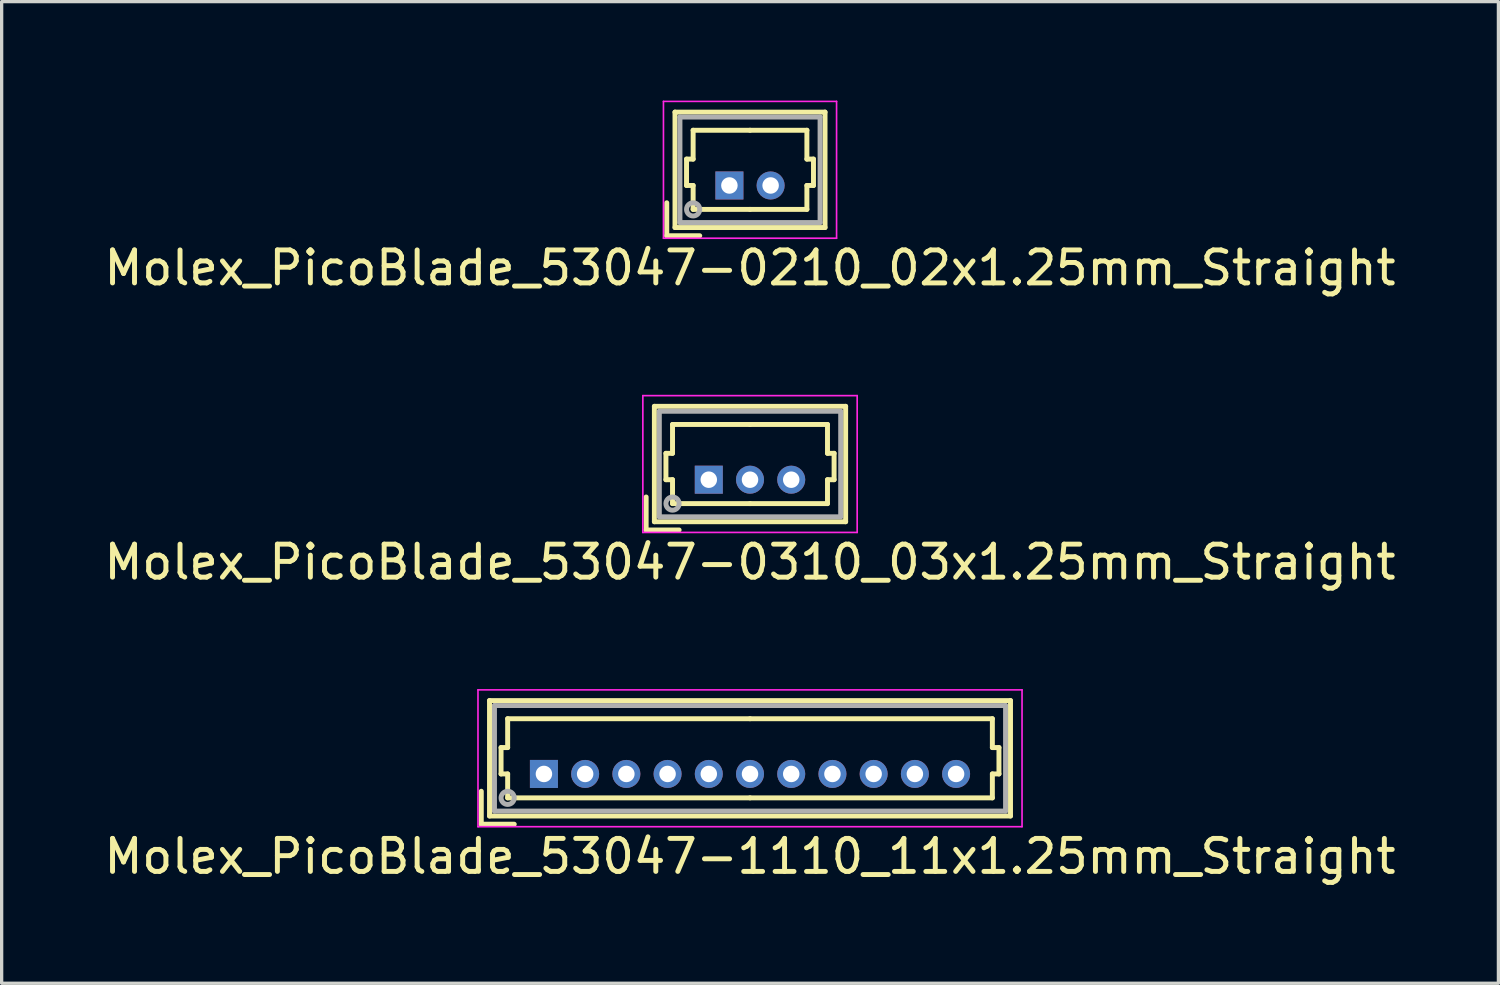
<source format=kicad_pcb>
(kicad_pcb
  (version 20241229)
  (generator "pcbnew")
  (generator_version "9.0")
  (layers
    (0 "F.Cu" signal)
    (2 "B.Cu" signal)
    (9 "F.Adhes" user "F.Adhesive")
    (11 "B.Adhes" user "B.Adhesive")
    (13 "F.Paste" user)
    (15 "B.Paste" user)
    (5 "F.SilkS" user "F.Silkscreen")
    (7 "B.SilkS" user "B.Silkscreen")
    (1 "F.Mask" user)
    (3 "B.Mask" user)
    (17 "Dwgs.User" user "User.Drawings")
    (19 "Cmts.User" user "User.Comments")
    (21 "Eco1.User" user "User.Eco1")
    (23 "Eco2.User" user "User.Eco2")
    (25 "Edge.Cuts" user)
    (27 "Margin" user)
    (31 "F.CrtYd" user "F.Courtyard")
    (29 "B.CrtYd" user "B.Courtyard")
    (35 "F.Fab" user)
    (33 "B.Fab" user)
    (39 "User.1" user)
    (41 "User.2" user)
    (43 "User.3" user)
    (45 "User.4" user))
  (footprint "Molex_PicoBlade_53047-0310_03x1.25mm_Straight"
    (layer "F.Cu")
    (at 18.446 11.498)
    (property "Reference" "Molex_PicoBlade_53047-0310_03x1.25mm_Straight" (at 1.25 2.5 0) (layer "F.SilkS") (effects (font (size 1 1) (thickness 0.15))))
    (attr through_hole)
    (fp_line (start -1.9 1.525) (end -1.9 0.525) (stroke (width 0.15) (type solid)) (layer "F.SilkS"))
    (fp_line (start -1.9 1.525) (end -0.9 1.525) (stroke (width 0.15) (type solid)) (layer "F.SilkS"))
    (fp_line (start -1.65 -2.225) (end -1.65 1.275) (stroke (width 0.15) (type solid)) (layer "F.SilkS"))
    (fp_line (start -1.65 1.275) (end 4.15 1.275) (stroke (width 0.15) (type solid)) (layer "F.SilkS"))
    (fp_line (start -1.3 -0.8) (end -1.1 -0.8) (stroke (width 0.15) (type solid)) (layer "F.SilkS"))
    (fp_line (start -1.3 0) (end -1.3 -0.8) (stroke (width 0.15) (type solid)) (layer "F.SilkS"))
    (fp_line (start -1.1 -1.675) (end 1.25 -1.675) (stroke (width 0.15) (type solid)) (layer "F.SilkS"))
    (fp_line (start -1.1 -0.8) (end -1.1 -1.675) (stroke (width 0.15) (type solid)) (layer "F.SilkS"))
    (fp_line (start -1.1 0) (end -1.3 0) (stroke (width 0.15) (type solid)) (layer "F.SilkS"))
    (fp_line (start -1.1 0.725) (end -1.1 0) (stroke (width 0.15) (type solid)) (layer "F.SilkS"))
    (fp_line (start 1.25 0.725) (end -1.1 0.725) (stroke (width 0.15) (type solid)) (layer "F.SilkS"))
    (fp_line (start 1.25 0.725) (end 3.6 0.725) (stroke (width 0.15) (type solid)) (layer "F.SilkS"))
    (fp_line (start 3.6 -1.675) (end 1.25 -1.675) (stroke (width 0.15) (type solid)) (layer "F.SilkS"))
    (fp_line (start 3.6 -0.8) (end 3.6 -1.675) (stroke (width 0.15) (type solid)) (layer "F.SilkS"))
    (fp_line (start 3.6 0) (end 3.8 0) (stroke (width 0.15) (type solid)) (layer "F.SilkS"))
    (fp_line (start 3.6 0.725) (end 3.6 0) (stroke (width 0.15) (type solid)) (layer "F.SilkS"))
    (fp_line (start 3.8 -0.8) (end 3.6 -0.8) (stroke (width 0.15) (type solid)) (layer "F.SilkS"))
    (fp_line (start 3.8 0) (end 3.8 -0.8) (stroke (width 0.15) (type solid)) (layer "F.SilkS"))
    (fp_line (start 4.15 -2.225) (end -1.65 -2.225) (stroke (width 0.15) (type solid)) (layer "F.SilkS"))
    (fp_line (start 4.15 1.275) (end 4.15 -2.225) (stroke (width 0.15) (type solid)) (layer "F.SilkS"))
    (fp_line (start -2 -2.55) (end -2 1.6) (stroke (width 0.05) (type solid)) (layer "F.CrtYd"))
    (fp_line (start -2 1.6) (end 4.5 1.6) (stroke (width 0.05) (type solid)) (layer "F.CrtYd"))
    (fp_line (start 4.5 -2.55) (end -2 -2.55) (stroke (width 0.05) (type solid)) (layer "F.CrtYd"))
    (fp_line (start 4.5 1.6) (end 4.5 -2.55) (stroke (width 0.05) (type solid)) (layer "F.CrtYd"))
    (fp_line (start -1.5 -2.075) (end -1.5 1.125) (stroke (width 0.15) (type solid)) (layer "F.Fab"))
    (fp_line (start -1.5 1.125) (end 4 1.125) (stroke (width 0.15) (type solid)) (layer "F.Fab"))
    (fp_line (start 4 -2.075) (end -1.5 -2.075) (stroke (width 0.15) (type solid)) (layer "F.Fab"))
    (fp_line (start 4 1.125) (end 4 -2.075) (stroke (width 0.15) (type solid)) (layer "F.Fab"))
    (fp_circle (center -1.1 0.725) (end -0.9 0.725) (stroke (width 0.15) (type solid)) (fill no) (layer "F.Fab"))
    (pad "1" thru_hole rect (at 0 0) (size 0.85 0.85) (drill 0.5) (layers "*.Cu" "*.Mask"))
    (pad "2" thru_hole circle (at 1.25 0) (size 0.85 0.85) (drill 0.5) (layers "*.Cu" "*.Mask"))
    (pad "3" thru_hole circle (at 2.5 0) (size 0.85 0.85) (drill 0.5) (layers "*.Cu" "*.Mask")))
  (footprint "Molex_PicoBlade_53047-1110_11x1.25mm_Straight"
    (layer "F.Cu")
    (at 13.446 20.422)
    (property "Reference" "Molex_PicoBlade_53047-1110_11x1.25mm_Straight" (at 6.25 2.5 0) (layer "F.SilkS") (effects (font (size 1 1) (thickness 0.15))))
    (attr through_hole)
    (fp_line (start -1.9 1.525) (end -1.9 0.525) (stroke (width 0.15) (type solid)) (layer "F.SilkS"))
    (fp_line (start -1.9 1.525) (end -0.9 1.525) (stroke (width 0.15) (type solid)) (layer "F.SilkS"))
    (fp_line (start -1.65 -2.225) (end -1.65 1.275) (stroke (width 0.15) (type solid)) (layer "F.SilkS"))
    (fp_line (start -1.65 1.275) (end 14.15 1.275) (stroke (width 0.15) (type solid)) (layer "F.SilkS"))
    (fp_line (start -1.3 -0.8) (end -1.1 -0.8) (stroke (width 0.15) (type solid)) (layer "F.SilkS"))
    (fp_line (start -1.3 0) (end -1.3 -0.8) (stroke (width 0.15) (type solid)) (layer "F.SilkS"))
    (fp_line (start -1.1 -1.675) (end 6.25 -1.675) (stroke (width 0.15) (type solid)) (layer "F.SilkS"))
    (fp_line (start -1.1 -0.8) (end -1.1 -1.675) (stroke (width 0.15) (type solid)) (layer "F.SilkS"))
    (fp_line (start -1.1 0) (end -1.3 0) (stroke (width 0.15) (type solid)) (layer "F.SilkS"))
    (fp_line (start -1.1 0.725) (end -1.1 0) (stroke (width 0.15) (type solid)) (layer "F.SilkS"))
    (fp_line (start 6.25 0.725) (end -1.1 0.725) (stroke (width 0.15) (type solid)) (layer "F.SilkS"))
    (fp_line (start 6.25 0.725) (end 13.6 0.725) (stroke (width 0.15) (type solid)) (layer "F.SilkS"))
    (fp_line (start 13.6 -1.675) (end 6.25 -1.675) (stroke (width 0.15) (type solid)) (layer "F.SilkS"))
    (fp_line (start 13.6 -0.8) (end 13.6 -1.675) (stroke (width 0.15) (type solid)) (layer "F.SilkS"))
    (fp_line (start 13.6 0) (end 13.8 0) (stroke (width 0.15) (type solid)) (layer "F.SilkS"))
    (fp_line (start 13.6 0.725) (end 13.6 0) (stroke (width 0.15) (type solid)) (layer "F.SilkS"))
    (fp_line (start 13.8 -0.8) (end 13.6 -0.8) (stroke (width 0.15) (type solid)) (layer "F.SilkS"))
    (fp_line (start 13.8 0) (end 13.8 -0.8) (stroke (width 0.15) (type solid)) (layer "F.SilkS"))
    (fp_line (start 14.15 -2.225) (end -1.65 -2.225) (stroke (width 0.15) (type solid)) (layer "F.SilkS"))
    (fp_line (start 14.15 1.275) (end 14.15 -2.225) (stroke (width 0.15) (type solid)) (layer "F.SilkS"))
    (fp_line (start -2 -2.55) (end -2 1.6) (stroke (width 0.05) (type solid)) (layer "F.CrtYd"))
    (fp_line (start -2 1.6) (end 14.5 1.6) (stroke (width 0.05) (type solid)) (layer "F.CrtYd"))
    (fp_line (start 14.5 -2.55) (end -2 -2.55) (stroke (width 0.05) (type solid)) (layer "F.CrtYd"))
    (fp_line (start 14.5 1.6) (end 14.5 -2.55) (stroke (width 0.05) (type solid)) (layer "F.CrtYd"))
    (fp_line (start -1.5 -2.075) (end -1.5 1.125) (stroke (width 0.15) (type solid)) (layer "F.Fab"))
    (fp_line (start -1.5 1.125) (end 14 1.125) (stroke (width 0.15) (type solid)) (layer "F.Fab"))
    (fp_line (start 14 -2.075) (end -1.5 -2.075) (stroke (width 0.15) (type solid)) (layer "F.Fab"))
    (fp_line (start 14 1.125) (end 14 -2.075) (stroke (width 0.15) (type solid)) (layer "F.Fab"))
    (fp_circle (center -1.1 0.725) (end -0.9 0.725) (stroke (width 0.15) (type solid)) (fill no) (layer "F.Fab"))
    (pad "1" thru_hole rect (at 0 0) (size 0.85 0.85) (drill 0.5) (layers "*.Cu" "*.Mask"))
    (pad "2" thru_hole circle (at 1.25 0) (size 0.85 0.85) (drill 0.5) (layers "*.Cu" "*.Mask"))
    (pad "3" thru_hole circle (at 2.5 0) (size 0.85 0.85) (drill 0.5) (layers "*.Cu" "*.Mask"))
    (pad "4" thru_hole circle (at 3.75 0) (size 0.85 0.85) (drill 0.5) (layers "*.Cu" "*.Mask"))
    (pad "5" thru_hole circle (at 5 0) (size 0.85 0.85) (drill 0.5) (layers "*.Cu" "*.Mask"))
    (pad "6" thru_hole circle (at 6.25 0) (size 0.85 0.85) (drill 0.5) (layers "*.Cu" "*.Mask"))
    (pad "7" thru_hole circle (at 7.5 0) (size 0.85 0.85) (drill 0.5) (layers "*.Cu" "*.Mask"))
    (pad "8" thru_hole circle (at 8.75 0) (size 0.85 0.85) (drill 0.5) (layers "*.Cu" "*.Mask"))
    (pad "9" thru_hole circle (at 10 0) (size 0.85 0.85) (drill 0.5) (layers "*.Cu" "*.Mask"))
    (pad "10" thru_hole circle (at 11.25 0) (size 0.85 0.85) (drill 0.5) (layers "*.Cu" "*.Mask"))
    (pad "11" thru_hole circle (at 12.5 0) (size 0.85 0.85) (drill 0.5) (layers "*.Cu" "*.Mask")))
  (footprint "Molex_PicoBlade_53047-0210_02x1.25mm_Straight"
    (layer "F.Cu")
    (at 19.071 2.575)
    (property "Reference" "Molex_PicoBlade_53047-0210_02x1.25mm_Straight" (at 0.625 2.5 0) (layer "F.SilkS") (effects (font (size 1 1) (thickness 0.15))))
    (attr through_hole)
    (fp_line (start -1.9 1.525) (end -1.9 0.525) (stroke (width 0.15) (type solid)) (layer "F.SilkS"))
    (fp_line (start -1.9 1.525) (end -0.9 1.525) (stroke (width 0.15) (type solid)) (layer "F.SilkS"))
    (fp_line (start -1.65 -2.225) (end -1.65 1.275) (stroke (width 0.15) (type solid)) (layer "F.SilkS"))
    (fp_line (start -1.65 1.275) (end 2.9 1.275) (stroke (width 0.15) (type solid)) (layer "F.SilkS"))
    (fp_line (start -1.3 -0.8) (end -1.1 -0.8) (stroke (width 0.15) (type solid)) (layer "F.SilkS"))
    (fp_line (start -1.3 0) (end -1.3 -0.8) (stroke (width 0.15) (type solid)) (layer "F.SilkS"))
    (fp_line (start -1.1 -1.675) (end 0.625 -1.675) (stroke (width 0.15) (type solid)) (layer "F.SilkS"))
    (fp_line (start -1.1 -0.8) (end -1.1 -1.675) (stroke (width 0.15) (type solid)) (layer "F.SilkS"))
    (fp_line (start -1.1 0) (end -1.3 0) (stroke (width 0.15) (type solid)) (layer "F.SilkS"))
    (fp_line (start -1.1 0.725) (end -1.1 0) (stroke (width 0.15) (type solid)) (layer "F.SilkS"))
    (fp_line (start 0.625 0.725) (end -1.1 0.725) (stroke (width 0.15) (type solid)) (layer "F.SilkS"))
    (fp_line (start 0.625 0.725) (end 2.35 0.725) (stroke (width 0.15) (type solid)) (layer "F.SilkS"))
    (fp_line (start 2.35 -1.675) (end 0.625 -1.675) (stroke (width 0.15) (type solid)) (layer "F.SilkS"))
    (fp_line (start 2.35 -0.8) (end 2.35 -1.675) (stroke (width 0.15) (type solid)) (layer "F.SilkS"))
    (fp_line (start 2.35 0) (end 2.55 0) (stroke (width 0.15) (type solid)) (layer "F.SilkS"))
    (fp_line (start 2.35 0.725) (end 2.35 0) (stroke (width 0.15) (type solid)) (layer "F.SilkS"))
    (fp_line (start 2.55 -0.8) (end 2.35 -0.8) (stroke (width 0.15) (type solid)) (layer "F.SilkS"))
    (fp_line (start 2.55 0) (end 2.55 -0.8) (stroke (width 0.15) (type solid)) (layer "F.SilkS"))
    (fp_line (start 2.9 -2.225) (end -1.65 -2.225) (stroke (width 0.15) (type solid)) (layer "F.SilkS"))
    (fp_line (start 2.9 1.275) (end 2.9 -2.225) (stroke (width 0.15) (type solid)) (layer "F.SilkS"))
    (fp_line (start -2 -2.55) (end -2 1.6) (stroke (width 0.05) (type solid)) (layer "F.CrtYd"))
    (fp_line (start -2 1.6) (end 3.25 1.6) (stroke (width 0.05) (type solid)) (layer "F.CrtYd"))
    (fp_line (start 3.25 -2.55) (end -2 -2.55) (stroke (width 0.05) (type solid)) (layer "F.CrtYd"))
    (fp_line (start 3.25 1.6) (end 3.25 -2.55) (stroke (width 0.05) (type solid)) (layer "F.CrtYd"))
    (fp_line (start -1.5 -2.075) (end -1.5 1.125) (stroke (width 0.15) (type solid)) (layer "F.Fab"))
    (fp_line (start -1.5 1.125) (end 2.75 1.125) (stroke (width 0.15) (type solid)) (layer "F.Fab"))
    (fp_line (start 2.75 -2.075) (end -1.5 -2.075) (stroke (width 0.15) (type solid)) (layer "F.Fab"))
    (fp_line (start 2.75 1.125) (end 2.75 -2.075) (stroke (width 0.15) (type solid)) (layer "F.Fab"))
    (fp_circle (center -1.1 0.725) (end -0.9 0.725) (stroke (width 0.15) (type solid)) (fill no) (layer "F.Fab"))
    (pad "1" thru_hole rect (at 0 0) (size 0.85 0.85) (drill 0.5) (layers "*.Cu" "*.Mask"))
    (pad "2" thru_hole circle (at 1.25 0) (size 0.85 0.85) (drill 0.5) (layers "*.Cu" "*.Mask")))
  (gr_rect
    (start -3 -3)
    (end 42.393 26.77)
    (stroke (width 0.1) (type default))
    (fill no)
    (layer "Edge.Cuts")))
</source>
